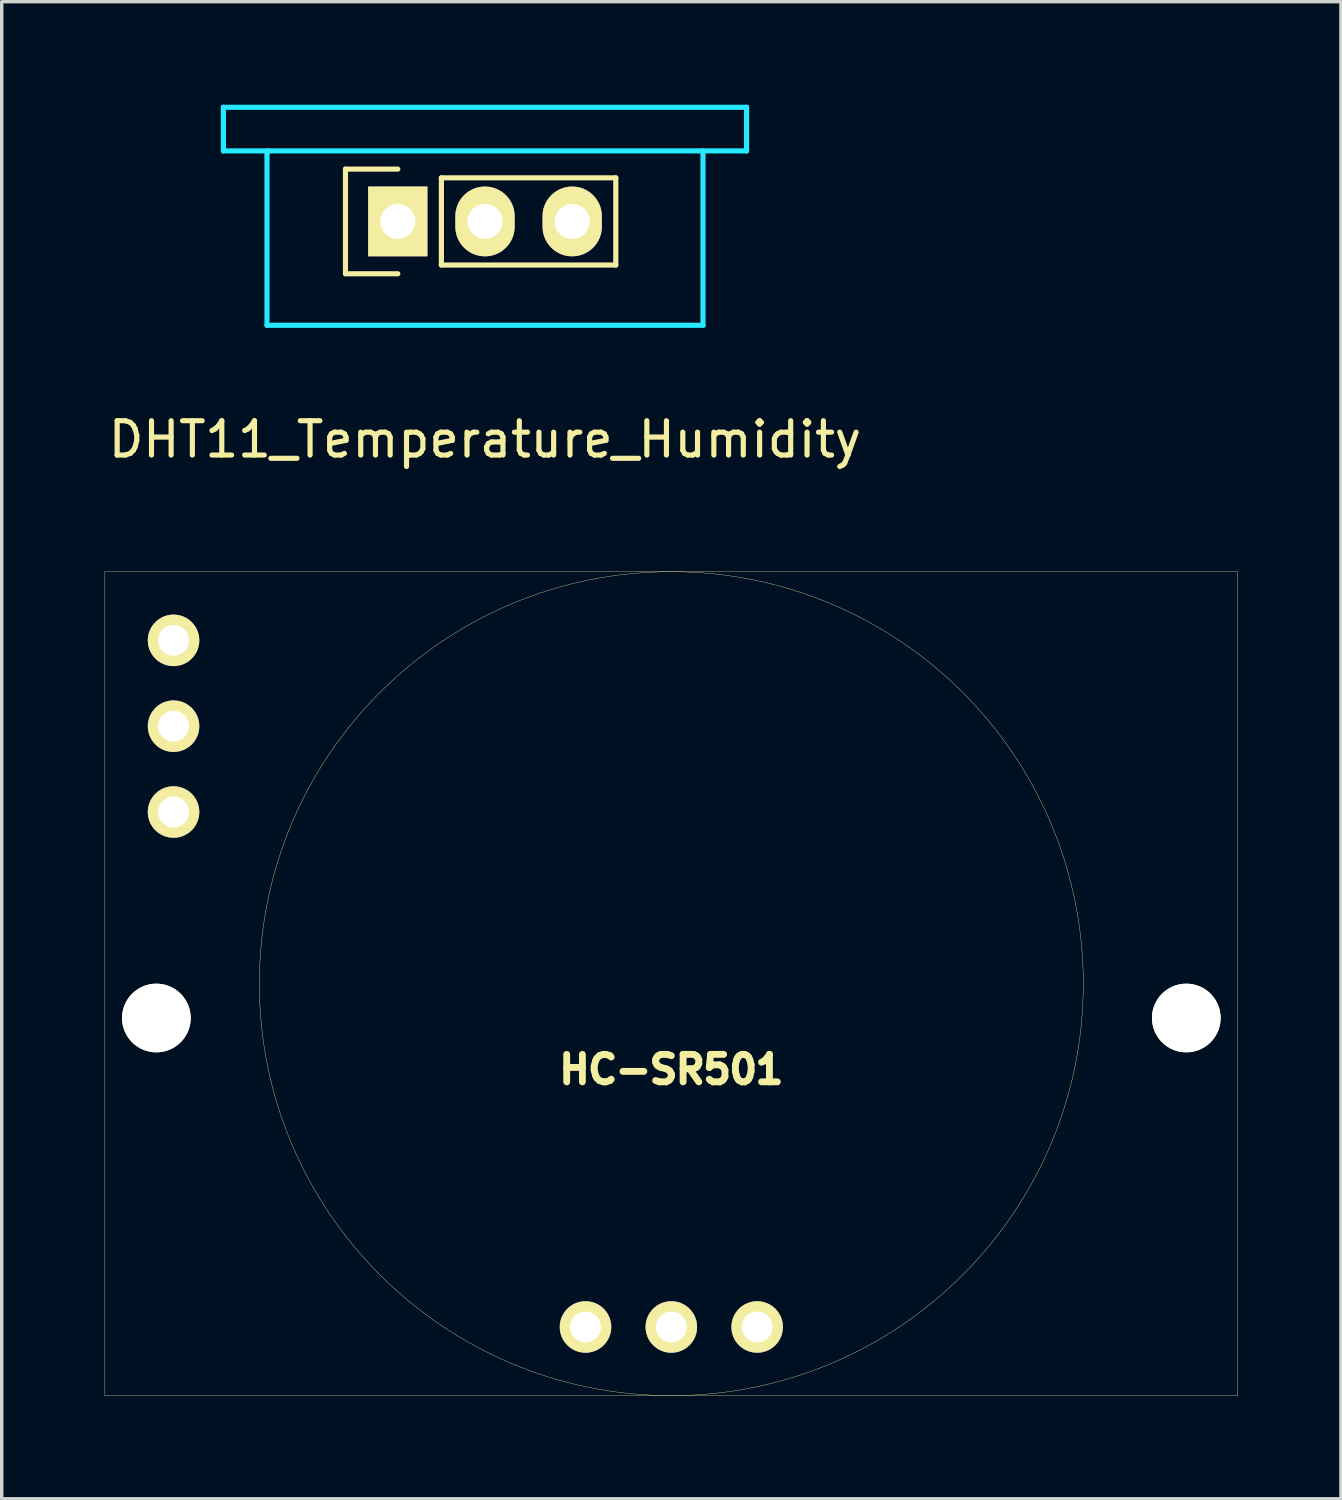
<source format=kicad_pcb>
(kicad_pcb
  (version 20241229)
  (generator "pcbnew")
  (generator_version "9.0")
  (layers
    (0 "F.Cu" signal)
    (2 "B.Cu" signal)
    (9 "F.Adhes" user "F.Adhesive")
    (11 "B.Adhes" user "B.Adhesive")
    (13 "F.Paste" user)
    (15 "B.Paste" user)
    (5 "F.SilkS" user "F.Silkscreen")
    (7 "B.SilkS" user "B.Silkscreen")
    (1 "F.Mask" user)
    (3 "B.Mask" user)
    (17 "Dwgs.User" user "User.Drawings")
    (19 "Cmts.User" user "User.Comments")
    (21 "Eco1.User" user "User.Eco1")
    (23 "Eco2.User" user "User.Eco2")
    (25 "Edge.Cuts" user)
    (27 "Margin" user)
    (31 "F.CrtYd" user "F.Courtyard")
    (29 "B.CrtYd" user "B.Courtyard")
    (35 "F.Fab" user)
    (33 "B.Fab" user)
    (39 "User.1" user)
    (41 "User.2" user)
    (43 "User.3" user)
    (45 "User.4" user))
  (footprint "DHT11_Temperature_Humidity"
    (layer "F.Cu")
    (at 11.077 3.4)
    (property "Reference" "DHT11_Temperature_Humidity" (at 0 6.35 0) (layer "F.SilkS") (effects (font (size 1 1) (thickness 0.15))))
    (attr through_hole)
    (fp_line (start -4.064 -1.524) (end -4.064 1.524) (stroke (width 0.15) (type solid)) (layer "F.SilkS"))
    (fp_line (start -4.064 1.524) (end -2.54 1.524) (stroke (width 0.15) (type solid)) (layer "F.SilkS"))
    (fp_line (start -2.54 -1.524) (end -4.064 -1.524) (stroke (width 0.15) (type solid)) (layer "F.SilkS"))
    (fp_line (start -1.27 -1.27) (end 3.81 -1.27) (stroke (width 0.15) (type solid)) (layer "F.SilkS"))
    (fp_line (start -1.27 1.27) (end -1.27 -1.27) (stroke (width 0.15) (type solid)) (layer "F.SilkS"))
    (fp_line (start 3.81 -1.27) (end 3.81 1.27) (stroke (width 0.15) (type solid)) (layer "F.SilkS"))
    (fp_line (start 3.81 1.27) (end -1.27 1.27) (stroke (width 0.15) (type solid)) (layer "F.SilkS"))
    (fp_line (start -7.62 -3.325) (end 7.62 -3.325) (stroke (width 0.15) (type solid)) (layer "B.CrtYd"))
    (fp_line (start -7.62 -2.055) (end -7.62 -3.325) (stroke (width 0.15) (type solid)) (layer "B.CrtYd"))
    (fp_line (start -6.35 -2.055) (end -6.35 3.025) (stroke (width 0.15) (type solid)) (layer "B.CrtYd"))
    (fp_line (start -6.35 3.025) (end 6.35 3.025) (stroke (width 0.15) (type solid)) (layer "B.CrtYd"))
    (fp_line (start 6.35 3.025) (end 6.35 -2.055) (stroke (width 0.15) (type solid)) (layer "B.CrtYd"))
    (fp_line (start 7.62 -3.325) (end 7.62 -2.055) (stroke (width 0.15) (type solid)) (layer "B.CrtYd"))
    (fp_line (start 7.62 -2.055) (end -7.62 -2.055) (stroke (width 0.15) (type solid)) (layer "B.CrtYd"))
    (pad "1" thru_hole rect (at -2.54 0 90) (size 2.032 1.727) (drill 1.016) (layers "*.Cu" "*.Mask" "F.SilkS"))
    (pad "2" thru_hole oval (at 0 0 90) (size 2.032 1.727) (drill 1.016) (layers "*.Cu" "*.Mask" "F.SilkS"))
    (pad "3" thru_hole oval (at 2.54 0 90) (size 2.032 1.727) (drill 1.016) (layers "*.Cu" "*.Mask" "F.SilkS")))
  (footprint "HC-SR501"
    (layer "F.Cu")
    (at 16.505 25.603)
    (property "Reference" "HC-SR501" (at 0 2.5 0) (layer "F.SilkS") (effects (font (size 0.8 0.8) (thickness 0.2))))
    (attr through_hole)
    (fp_line (start -16.5 -12) (end 16.5 -12) (stroke (width 0.01) (type solid)) (layer "F.SilkS"))
    (fp_line (start -16.5 12) (end -16.5 -12) (stroke (width 0.01) (type solid)) (layer "F.SilkS"))
    (fp_line (start 16.5 -12) (end 16.5 12) (stroke (width 0.01) (type solid)) (layer "F.SilkS"))
    (fp_line (start 16.5 12) (end -16.5 12) (stroke (width 0.01) (type solid)) (layer "F.SilkS"))
    (fp_circle (center 0 0) (end 0 12) (stroke (width 0.01) (type solid)) (fill no) (layer "F.SilkS"))
    (pad "" np_thru_hole circle (at -15 1) (size 2 2) (drill 2) (layers "*.Cu" "*.Mask" "F.SilkS"))
    (pad "" np_thru_hole circle (at 15 1) (size 2 2) (drill 2) (layers "*.Cu" "*.Mask" "F.SilkS"))
    (pad "1" thru_hole circle (at -14.5 -10) (size 1.5 1.5) (drill 0.9) (layers "*.Cu" "*.Mask" "F.SilkS"))
    (pad "2" thru_hole circle (at -14.5 -7.5) (size 1.5 1.5) (drill 0.9) (layers "*.Cu" "*.Mask" "F.SilkS"))
    (pad "3" thru_hole circle (at -14.5 -5) (size 1.5 1.5) (drill 0.9) (layers "*.Cu" "*.Mask" "F.SilkS"))
    (pad "4" thru_hole circle (at -2.5 10) (size 1.5 1.5) (drill 0.9) (layers "*.Cu" "*.Mask" "F.SilkS"))
    (pad "5" thru_hole circle (at 0 10) (size 1.5 1.5) (drill 0.9) (layers "*.Cu" "*.Mask" "F.SilkS"))
    (pad "6" thru_hole circle (at 2.5 10) (size 1.5 1.5) (drill 0.9) (layers "*.Cu" "*.Mask" "F.SilkS")))
  (gr_rect
    (start -3 -3)
    (end 36.01 40.608)
    (stroke (width 0.1) (type default))
    (fill no)
    (layer "Edge.Cuts")))
</source>
